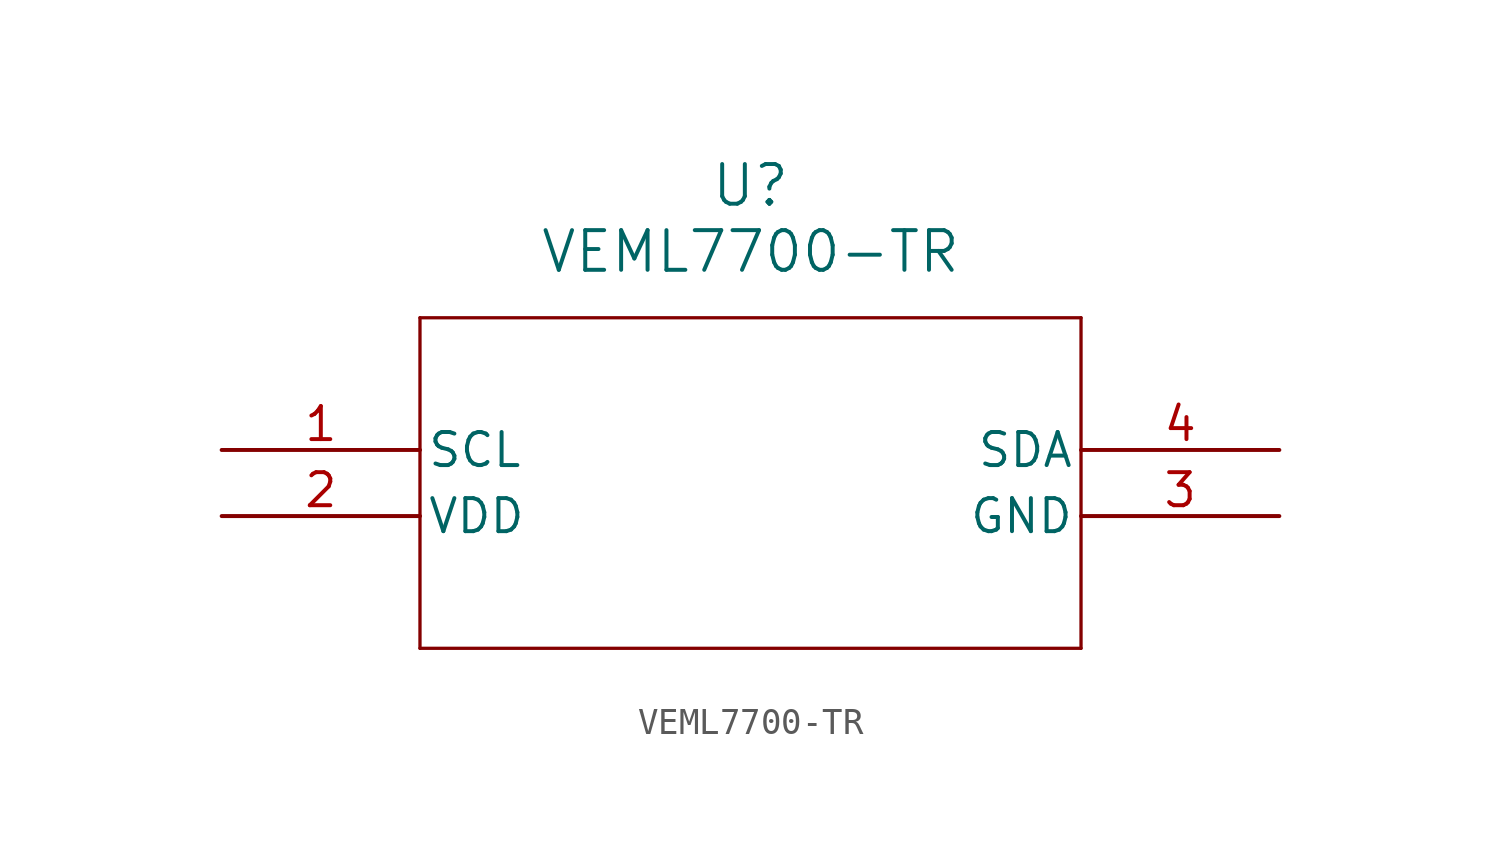
<source format=kicad_sym>
(kicad_symbol_lib
  (version 20211014)
  (generator kicad_symbol_editor)
  (symbol "VEML7700-TR"
    (pin_names
      (offset 0.254))
    (property "Reference" "U"
      (at 20.32 10.16 0)
      (effects (font (size 1.524 1.524))))
    (property "Value" "VEML7700-TR"
      (at 20.32 7.62 0)
      (effects (font (size 1.524 1.524))))
    (symbol "VEML7700-TR_0_1"
      (polyline (pts (xy 7.62 5.08) (xy 7.62 -7.62)) (stroke (width .127) (type default) (color 0 0 0 0)) (fill (type none)))
      (polyline (pts (xy 7.62 -7.62) (xy 33.02 -7.62)) (stroke (width .127) (type default) (color 0 0 0 0)) (fill (type none)))
      (polyline (pts (xy 33.02 -7.62) (xy 33.02 5.08)) (stroke (width .127) (type default) (color 0 0 0 0)) (fill (type none)))
      (polyline (pts (xy 33.02 5.08) (xy 7.62 5.08)) (stroke (width .127) (type default) (color 0 0 0 0)) (fill (type none)))
      (pin unspecified line (at 0 0 0) (length 7.62) (name "SCL" (effects (font (size 1.27 1.27)))) (number "1" (effects (font (size 1.27 1.27)))))
      (pin power_in line (at 0 -2.54 0) (length 7.62) (name "VDD" (effects (font (size 1.27 1.27)))) (number "2" (effects (font (size 1.27 1.27)))))
      (pin power_out line (at 40.64 -2.54 180) (length 7.62) (name "GND" (effects (font (size 1.27 1.27)))) (number "3" (effects (font (size 1.27 1.27)))))
      (pin unspecified line (at 40.64 0 180) (length 7.62) (name "SDA" (effects (font (size 1.27 1.27)))) (number "4" (effects (font (size 1.27 1.27))))))))
</source>
